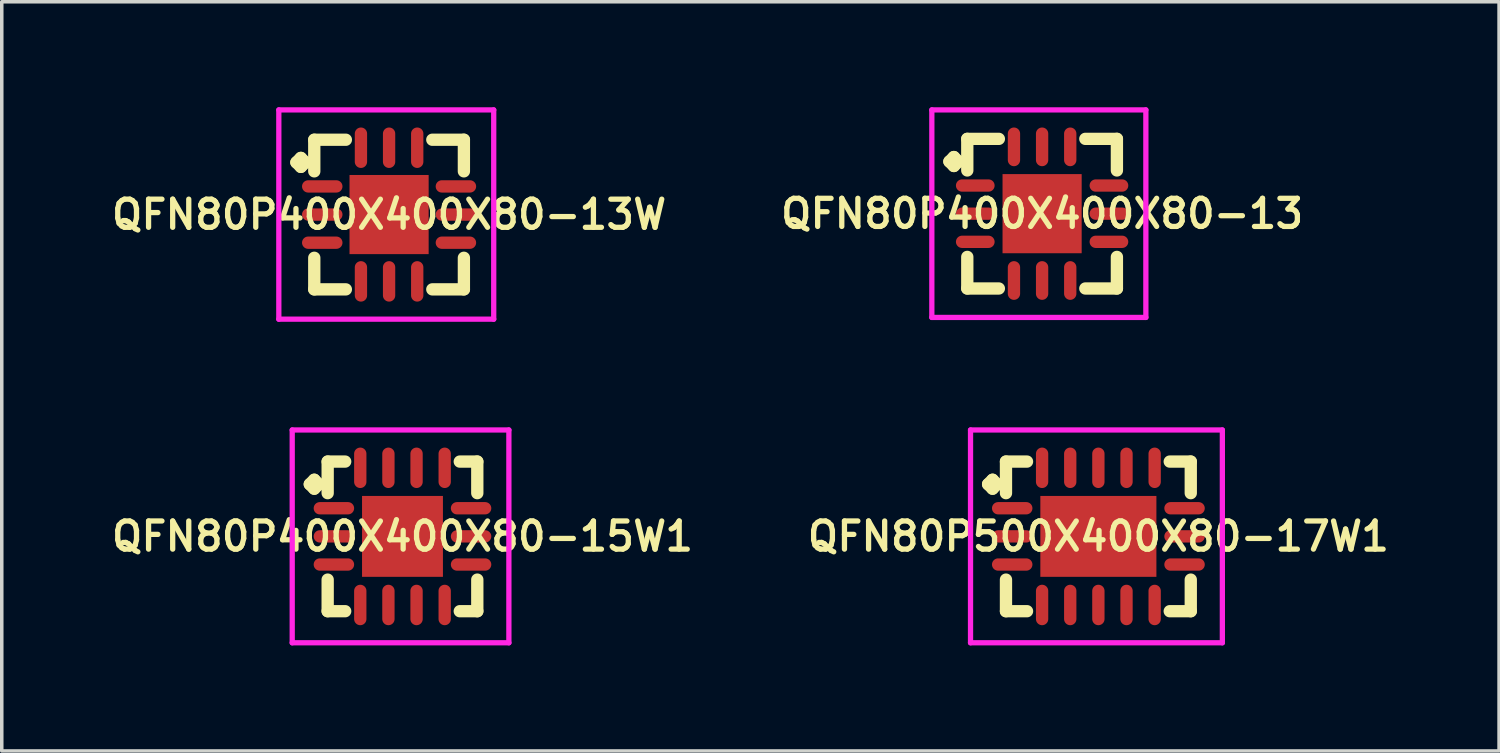
<source format=kicad_pcb>
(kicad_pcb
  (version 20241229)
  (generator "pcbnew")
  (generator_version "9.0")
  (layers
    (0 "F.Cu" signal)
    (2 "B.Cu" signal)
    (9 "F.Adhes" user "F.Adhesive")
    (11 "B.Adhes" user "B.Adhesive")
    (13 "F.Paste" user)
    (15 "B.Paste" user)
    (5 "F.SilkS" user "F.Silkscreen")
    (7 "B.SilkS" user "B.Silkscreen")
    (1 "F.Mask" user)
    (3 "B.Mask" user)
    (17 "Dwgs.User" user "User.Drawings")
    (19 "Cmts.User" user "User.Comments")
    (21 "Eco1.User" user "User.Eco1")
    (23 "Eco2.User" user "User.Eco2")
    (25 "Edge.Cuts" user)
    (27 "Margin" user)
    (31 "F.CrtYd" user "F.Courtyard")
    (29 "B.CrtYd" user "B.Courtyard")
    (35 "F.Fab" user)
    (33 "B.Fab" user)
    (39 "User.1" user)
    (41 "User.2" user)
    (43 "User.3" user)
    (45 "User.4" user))
  (footprint "QFN80P400X400X80-13"
    (layer "F.Cu")
    (at 26.578 3.025)
    (property "Reference" "QFN80P400X400X80-13" (at 0 0 0) (layer "F.SilkS") (effects (font (size 0.8 0.8) (thickness 0.15))))
    (attr smd)
    (fp_line (start -2.635 -1.483) (end -2.508 -1.61) (stroke (width 0.35) (type solid)) (layer "F.SilkS"))
    (fp_line (start -2.508 -1.61) (end -2.381 -1.483) (stroke (width 0.35) (type solid)) (layer "F.SilkS"))
    (fp_line (start -2.508 -1.356) (end -2.635 -1.483) (stroke (width 0.35) (type solid)) (layer "F.SilkS"))
    (fp_line (start -2.381 -1.483) (end -2.508 -1.356) (stroke (width 0.35) (type solid)) (layer "F.SilkS"))
    (fp_line (start -2.127 -2.127) (end -1.229 -2.127) (stroke (width 0.35) (type solid)) (layer "F.SilkS"))
    (fp_line (start -2.127 -1.229) (end -2.127 -2.127) (stroke (width 0.35) (type solid)) (layer "F.SilkS"))
    (fp_line (start -2.127 1.229) (end -2.127 2.127) (stroke (width 0.35) (type solid)) (layer "F.SilkS"))
    (fp_line (start -2.127 2.127) (end -1.229 2.127) (stroke (width 0.35) (type solid)) (layer "F.SilkS"))
    (fp_line (start 1.229 -2.127) (end 2.127 -2.127) (stroke (width 0.35) (type solid)) (layer "F.SilkS"))
    (fp_line (start 1.229 2.127) (end 2.127 2.127) (stroke (width 0.35) (type solid)) (layer "F.SilkS"))
    (fp_line (start 2.127 -2.127) (end 2.127 -1.229) (stroke (width 0.35) (type solid)) (layer "F.SilkS"))
    (fp_line (start 2.127 2.127) (end 2.127 1.229) (stroke (width 0.35) (type solid)) (layer "F.SilkS"))
    (fp_line (start -3.135 -2.95) (end 2.95 -2.95) (stroke (width 0.15) (type solid)) (layer "F.CrtYd"))
    (fp_line (start -3.135 2.95) (end -3.135 -2.95) (stroke (width 0.15) (type solid)) (layer "F.CrtYd"))
    (fp_line (start 2.95 -2.95) (end 2.95 2.95) (stroke (width 0.15) (type solid)) (layer "F.CrtYd"))
    (fp_line (start 2.95 2.95) (end -3.135 2.95) (stroke (width 0.15) (type solid)) (layer "F.CrtYd"))
    (pad "1" smd oval (at -1.9 -0.8) (size 1.1 0.35) (layers "F.Cu" "F.Mask" "F.Paste"))
    (pad "2" smd oval (at -1.9 0) (size 1.1 0.35) (layers "F.Cu" "F.Mask" "F.Paste"))
    (pad "3" smd oval (at -1.9 0.8) (size 1.1 0.35) (layers "F.Cu" "F.Mask" "F.Paste"))
    (pad "4" smd oval (at -0.8 1.9) (size 0.35 1.1) (layers "F.Cu" "F.Mask" "F.Paste"))
    (pad "5" smd oval (at 0 1.9) (size 0.35 1.1) (layers "F.Cu" "F.Mask" "F.Paste"))
    (pad "6" smd oval (at 0.8 1.9) (size 0.35 1.1) (layers "F.Cu" "F.Mask" "F.Paste"))
    (pad "7" smd oval (at 1.9 0.8) (size 1.1 0.35) (layers "F.Cu" "F.Mask" "F.Paste"))
    (pad "8" smd oval (at 1.9 0) (size 1.1 0.35) (layers "F.Cu" "F.Mask" "F.Paste"))
    (pad "9" smd oval (at 1.9 -0.8) (size 1.1 0.35) (layers "F.Cu" "F.Mask" "F.Paste"))
    (pad "10" smd oval (at 0.8 -1.9) (size 0.35 1.1) (layers "F.Cu" "F.Mask" "F.Paste"))
    (pad "11" smd oval (at 0 -1.9) (size 0.35 1.1) (layers "F.Cu" "F.Mask" "F.Paste"))
    (pad "12" smd oval (at -0.8 -1.9) (size 0.35 1.1) (layers "F.Cu" "F.Mask" "F.Paste"))
    (pad "13" smd rect (at 0 0) (size 2.25 2.25) (layers "F.Cu" "F.Mask" "F.Paste")))
  (footprint "QFN80P400X400X80-15W1"
    (layer "F.Cu")
    (at 8.393 12.2)
    (property "Reference" "QFN80P400X400X80-15W1" (at 0 0 0) (layer "F.SilkS") (effects (font (size 0.8 0.8) (thickness 0.15))))
    (attr smd)
    (fp_line (start -2.635 -1.483) (end -2.508 -1.61) (stroke (width 0.35) (type solid)) (layer "F.SilkS"))
    (fp_line (start -2.508 -1.61) (end -2.381 -1.483) (stroke (width 0.35) (type solid)) (layer "F.SilkS"))
    (fp_line (start -2.508 -1.356) (end -2.635 -1.483) (stroke (width 0.35) (type solid)) (layer "F.SilkS"))
    (fp_line (start -2.381 -1.483) (end -2.508 -1.356) (stroke (width 0.35) (type solid)) (layer "F.SilkS"))
    (fp_line (start -2.127 -2.127) (end -1.629 -2.127) (stroke (width 0.35) (type solid)) (layer "F.SilkS"))
    (fp_line (start -2.127 -1.229) (end -2.127 -2.127) (stroke (width 0.35) (type solid)) (layer "F.SilkS"))
    (fp_line (start -2.127 1.229) (end -2.127 2.127) (stroke (width 0.35) (type solid)) (layer "F.SilkS"))
    (fp_line (start -2.127 2.127) (end -1.629 2.127) (stroke (width 0.35) (type solid)) (layer "F.SilkS"))
    (fp_line (start 1.629 -2.127) (end 2.127 -2.127) (stroke (width 0.35) (type solid)) (layer "F.SilkS"))
    (fp_line (start 1.629 2.127) (end 2.127 2.127) (stroke (width 0.35) (type solid)) (layer "F.SilkS"))
    (fp_line (start 2.127 -2.127) (end 2.127 -1.229) (stroke (width 0.35) (type solid)) (layer "F.SilkS"))
    (fp_line (start 2.127 2.127) (end 2.127 1.229) (stroke (width 0.35) (type solid)) (layer "F.SilkS"))
    (fp_line (start -3.135 -3.025) (end 3.025 -3.025) (stroke (width 0.15) (type solid)) (layer "F.CrtYd"))
    (fp_line (start -3.135 3.025) (end -3.135 -3.025) (stroke (width 0.15) (type solid)) (layer "F.CrtYd"))
    (fp_line (start 3.025 -3.025) (end 3.025 3.025) (stroke (width 0.15) (type solid)) (layer "F.CrtYd"))
    (fp_line (start 3.025 3.025) (end -3.135 3.025) (stroke (width 0.15) (type solid)) (layer "F.CrtYd"))
    (pad "1" smd oval (at -1.95 -0.8) (size 1.15 0.35) (layers "F.Cu" "F.Mask" "F.Paste"))
    (pad "2" smd oval (at -1.95 0) (size 1.15 0.35) (layers "F.Cu" "F.Mask" "F.Paste"))
    (pad "3" smd oval (at -1.95 0.8) (size 1.15 0.35) (layers "F.Cu" "F.Mask" "F.Paste"))
    (pad "4" smd oval (at -1.2 1.95) (size 0.35 1.15) (layers "F.Cu" "F.Mask" "F.Paste"))
    (pad "5" smd oval (at -0.4 1.95) (size 0.35 1.15) (layers "F.Cu" "F.Mask" "F.Paste"))
    (pad "6" smd oval (at 0.4 1.95) (size 0.35 1.15) (layers "F.Cu" "F.Mask" "F.Paste"))
    (pad "7" smd oval (at 1.2 1.95) (size 0.35 1.15) (layers "F.Cu" "F.Mask" "F.Paste"))
    (pad "8" smd oval (at 1.95 0.8) (size 1.15 0.35) (layers "F.Cu" "F.Mask" "F.Paste"))
    (pad "9" smd oval (at 1.95 0) (size 1.15 0.35) (layers "F.Cu" "F.Mask" "F.Paste"))
    (pad "10" smd oval (at 1.95 -0.8) (size 1.15 0.35) (layers "F.Cu" "F.Mask" "F.Paste"))
    (pad "11" smd oval (at 1.2 -1.95) (size 0.35 1.15) (layers "F.Cu" "F.Mask" "F.Paste"))
    (pad "12" smd oval (at 0.4 -1.95) (size 0.35 1.15) (layers "F.Cu" "F.Mask" "F.Paste"))
    (pad "13" smd oval (at -0.4 -1.95) (size 0.35 1.15) (layers "F.Cu" "F.Mask" "F.Paste"))
    (pad "14" smd oval (at -1.2 -1.95) (size 0.35 1.15) (layers "F.Cu" "F.Mask" "F.Paste"))
    (pad "15" smd rect (at 0 0) (size 2.3 2.3) (layers "F.Cu" "F.Mask" "F.Paste")))
  (footprint "QFN80P500X400X80-17W1"
    (layer "F.Cu")
    (at 28.178 12.2)
    (property "Reference" "QFN80P500X400X80-17W1" (at 0 0 0) (layer "F.SilkS") (effects (font (size 0.8 0.8) (thickness 0.15))))
    (attr smd)
    (fp_line (start -3.135 -1.483) (end -3.008 -1.61) (stroke (width 0.35) (type solid)) (layer "F.SilkS"))
    (fp_line (start -3.008 -1.61) (end -2.881 -1.483) (stroke (width 0.35) (type solid)) (layer "F.SilkS"))
    (fp_line (start -3.008 -1.356) (end -3.135 -1.483) (stroke (width 0.35) (type solid)) (layer "F.SilkS"))
    (fp_line (start -2.881 -1.483) (end -3.008 -1.356) (stroke (width 0.35) (type solid)) (layer "F.SilkS"))
    (fp_line (start -2.627 -2.127) (end -2.029 -2.127) (stroke (width 0.35) (type solid)) (layer "F.SilkS"))
    (fp_line (start -2.627 -1.229) (end -2.627 -2.127) (stroke (width 0.35) (type solid)) (layer "F.SilkS"))
    (fp_line (start -2.627 1.229) (end -2.627 2.127) (stroke (width 0.35) (type solid)) (layer "F.SilkS"))
    (fp_line (start -2.627 2.127) (end -2.029 2.127) (stroke (width 0.35) (type solid)) (layer "F.SilkS"))
    (fp_line (start 2.029 -2.127) (end 2.627 -2.127) (stroke (width 0.35) (type solid)) (layer "F.SilkS"))
    (fp_line (start 2.029 2.127) (end 2.627 2.127) (stroke (width 0.35) (type solid)) (layer "F.SilkS"))
    (fp_line (start 2.627 -2.127) (end 2.627 -1.229) (stroke (width 0.35) (type solid)) (layer "F.SilkS"))
    (fp_line (start 2.627 2.127) (end 2.627 1.229) (stroke (width 0.35) (type solid)) (layer "F.SilkS"))
    (fp_line (start -3.635 -3.025) (end 3.525 -3.025) (stroke (width 0.15) (type solid)) (layer "F.CrtYd"))
    (fp_line (start -3.635 3.025) (end -3.635 -3.025) (stroke (width 0.15) (type solid)) (layer "F.CrtYd"))
    (fp_line (start 3.525 -3.025) (end 3.525 3.025) (stroke (width 0.15) (type solid)) (layer "F.CrtYd"))
    (fp_line (start 3.525 3.025) (end -3.635 3.025) (stroke (width 0.15) (type solid)) (layer "F.CrtYd"))
    (pad "1" smd oval (at -2.45 -0.8) (size 1.15 0.35) (layers "F.Cu" "F.Mask" "F.Paste"))
    (pad "2" smd oval (at -2.45 0) (size 1.15 0.35) (layers "F.Cu" "F.Mask" "F.Paste"))
    (pad "3" smd oval (at -2.45 0.8) (size 1.15 0.35) (layers "F.Cu" "F.Mask" "F.Paste"))
    (pad "4" smd oval (at -1.6 1.95) (size 0.35 1.15) (layers "F.Cu" "F.Mask" "F.Paste"))
    (pad "5" smd oval (at -0.8 1.95) (size 0.35 1.15) (layers "F.Cu" "F.Mask" "F.Paste"))
    (pad "6" smd oval (at 0 1.95) (size 0.35 1.15) (layers "F.Cu" "F.Mask" "F.Paste"))
    (pad "7" smd oval (at 0.8 1.95) (size 0.35 1.15) (layers "F.Cu" "F.Mask" "F.Paste"))
    (pad "8" smd oval (at 1.6 1.95) (size 0.35 1.15) (layers "F.Cu" "F.Mask" "F.Paste"))
    (pad "9" smd oval (at 2.45 0.8) (size 1.15 0.35) (layers "F.Cu" "F.Mask" "F.Paste"))
    (pad "10" smd oval (at 2.45 0) (size 1.15 0.35) (layers "F.Cu" "F.Mask" "F.Paste"))
    (pad "11" smd oval (at 2.45 -0.8) (size 1.15 0.35) (layers "F.Cu" "F.Mask" "F.Paste"))
    (pad "12" smd oval (at 1.6 -1.95) (size 0.35 1.15) (layers "F.Cu" "F.Mask" "F.Paste"))
    (pad "13" smd oval (at 0.8 -1.95) (size 0.35 1.15) (layers "F.Cu" "F.Mask" "F.Paste"))
    (pad "14" smd oval (at 0 -1.95) (size 0.35 1.15) (layers "F.Cu" "F.Mask" "F.Paste"))
    (pad "15" smd oval (at -0.8 -1.95) (size 0.35 1.15) (layers "F.Cu" "F.Mask" "F.Paste"))
    (pad "16" smd oval (at -1.6 -1.95) (size 0.35 1.15) (layers "F.Cu" "F.Mask" "F.Paste"))
    (pad "17" smd rect (at 0 0) (size 3.3 2.3) (layers "F.Cu" "F.Mask" "F.Paste")))
  (footprint "QFN80P400X400X80-13W"
    (layer "F.Cu")
    (at 8.012 3.05)
    (property "Reference" "QFN80P400X400X80-13W" (at 0 0 0) (layer "F.SilkS") (effects (font (size 0.8 0.8) (thickness 0.15))))
    (attr smd)
    (fp_line (start -2.635 -1.483) (end -2.508 -1.61) (stroke (width 0.35) (type solid)) (layer "F.SilkS"))
    (fp_line (start -2.508 -1.61) (end -2.381 -1.483) (stroke (width 0.35) (type solid)) (layer "F.SilkS"))
    (fp_line (start -2.508 -1.356) (end -2.635 -1.483) (stroke (width 0.35) (type solid)) (layer "F.SilkS"))
    (fp_line (start -2.381 -1.483) (end -2.508 -1.356) (stroke (width 0.35) (type solid)) (layer "F.SilkS"))
    (fp_line (start -2.127 -2.127) (end -1.229 -2.127) (stroke (width 0.35) (type solid)) (layer "F.SilkS"))
    (fp_line (start -2.127 -1.229) (end -2.127 -2.127) (stroke (width 0.35) (type solid)) (layer "F.SilkS"))
    (fp_line (start -2.127 1.229) (end -2.127 2.127) (stroke (width 0.35) (type solid)) (layer "F.SilkS"))
    (fp_line (start -2.127 2.127) (end -1.229 2.127) (stroke (width 0.35) (type solid)) (layer "F.SilkS"))
    (fp_line (start 1.229 -2.127) (end 2.127 -2.127) (stroke (width 0.35) (type solid)) (layer "F.SilkS"))
    (fp_line (start 1.229 2.127) (end 2.127 2.127) (stroke (width 0.35) (type solid)) (layer "F.SilkS"))
    (fp_line (start 2.127 -2.127) (end 2.127 -1.229) (stroke (width 0.35) (type solid)) (layer "F.SilkS"))
    (fp_line (start 2.127 2.127) (end 2.127 1.229) (stroke (width 0.35) (type solid)) (layer "F.SilkS"))
    (fp_line (start -3.135 -2.975) (end 2.975 -2.975) (stroke (width 0.15) (type solid)) (layer "F.CrtYd"))
    (fp_line (start -3.135 2.975) (end -3.135 -2.975) (stroke (width 0.15) (type solid)) (layer "F.CrtYd"))
    (fp_line (start 2.975 -2.975) (end 2.975 2.975) (stroke (width 0.15) (type solid)) (layer "F.CrtYd"))
    (fp_line (start 2.975 2.975) (end -3.135 2.975) (stroke (width 0.15) (type solid)) (layer "F.CrtYd"))
    (pad "1" smd oval (at -1.9 -0.8) (size 1.15 0.35) (layers "F.Cu" "F.Mask" "F.Paste"))
    (pad "2" smd oval (at -1.9 0) (size 1.15 0.35) (layers "F.Cu" "F.Mask" "F.Paste"))
    (pad "3" smd oval (at -1.9 0.8) (size 1.15 0.35) (layers "F.Cu" "F.Mask" "F.Paste"))
    (pad "4" smd oval (at -0.8 1.9) (size 0.35 1.15) (layers "F.Cu" "F.Mask" "F.Paste"))
    (pad "5" smd oval (at 0 1.9) (size 0.35 1.15) (layers "F.Cu" "F.Mask" "F.Paste"))
    (pad "6" smd oval (at 0.8 1.9) (size 0.35 1.15) (layers "F.Cu" "F.Mask" "F.Paste"))
    (pad "7" smd oval (at 1.9 0.8) (size 1.15 0.35) (layers "F.Cu" "F.Mask" "F.Paste"))
    (pad "8" smd oval (at 1.9 0) (size 1.15 0.35) (layers "F.Cu" "F.Mask" "F.Paste"))
    (pad "9" smd oval (at 1.9 -0.8) (size 1.15 0.35) (layers "F.Cu" "F.Mask" "F.Paste"))
    (pad "10" smd oval (at 0.8 -1.9) (size 0.35 1.15) (layers "F.Cu" "F.Mask" "F.Paste"))
    (pad "11" smd oval (at 0 -1.9) (size 0.35 1.15) (layers "F.Cu" "F.Mask" "F.Paste"))
    (pad "12" smd oval (at -0.8 -1.9) (size 0.35 1.15) (layers "F.Cu" "F.Mask" "F.Paste"))
    (pad "13" smd rect (at 0 0) (size 2.25 2.25) (layers "F.Cu" "F.Mask" "F.Paste")))
  (gr_rect
    (start -3 -3)
    (end 39.57 18.3)
    (stroke (width 0.1) (type default))
    (fill no)
    (layer "Edge.Cuts")))
</source>
